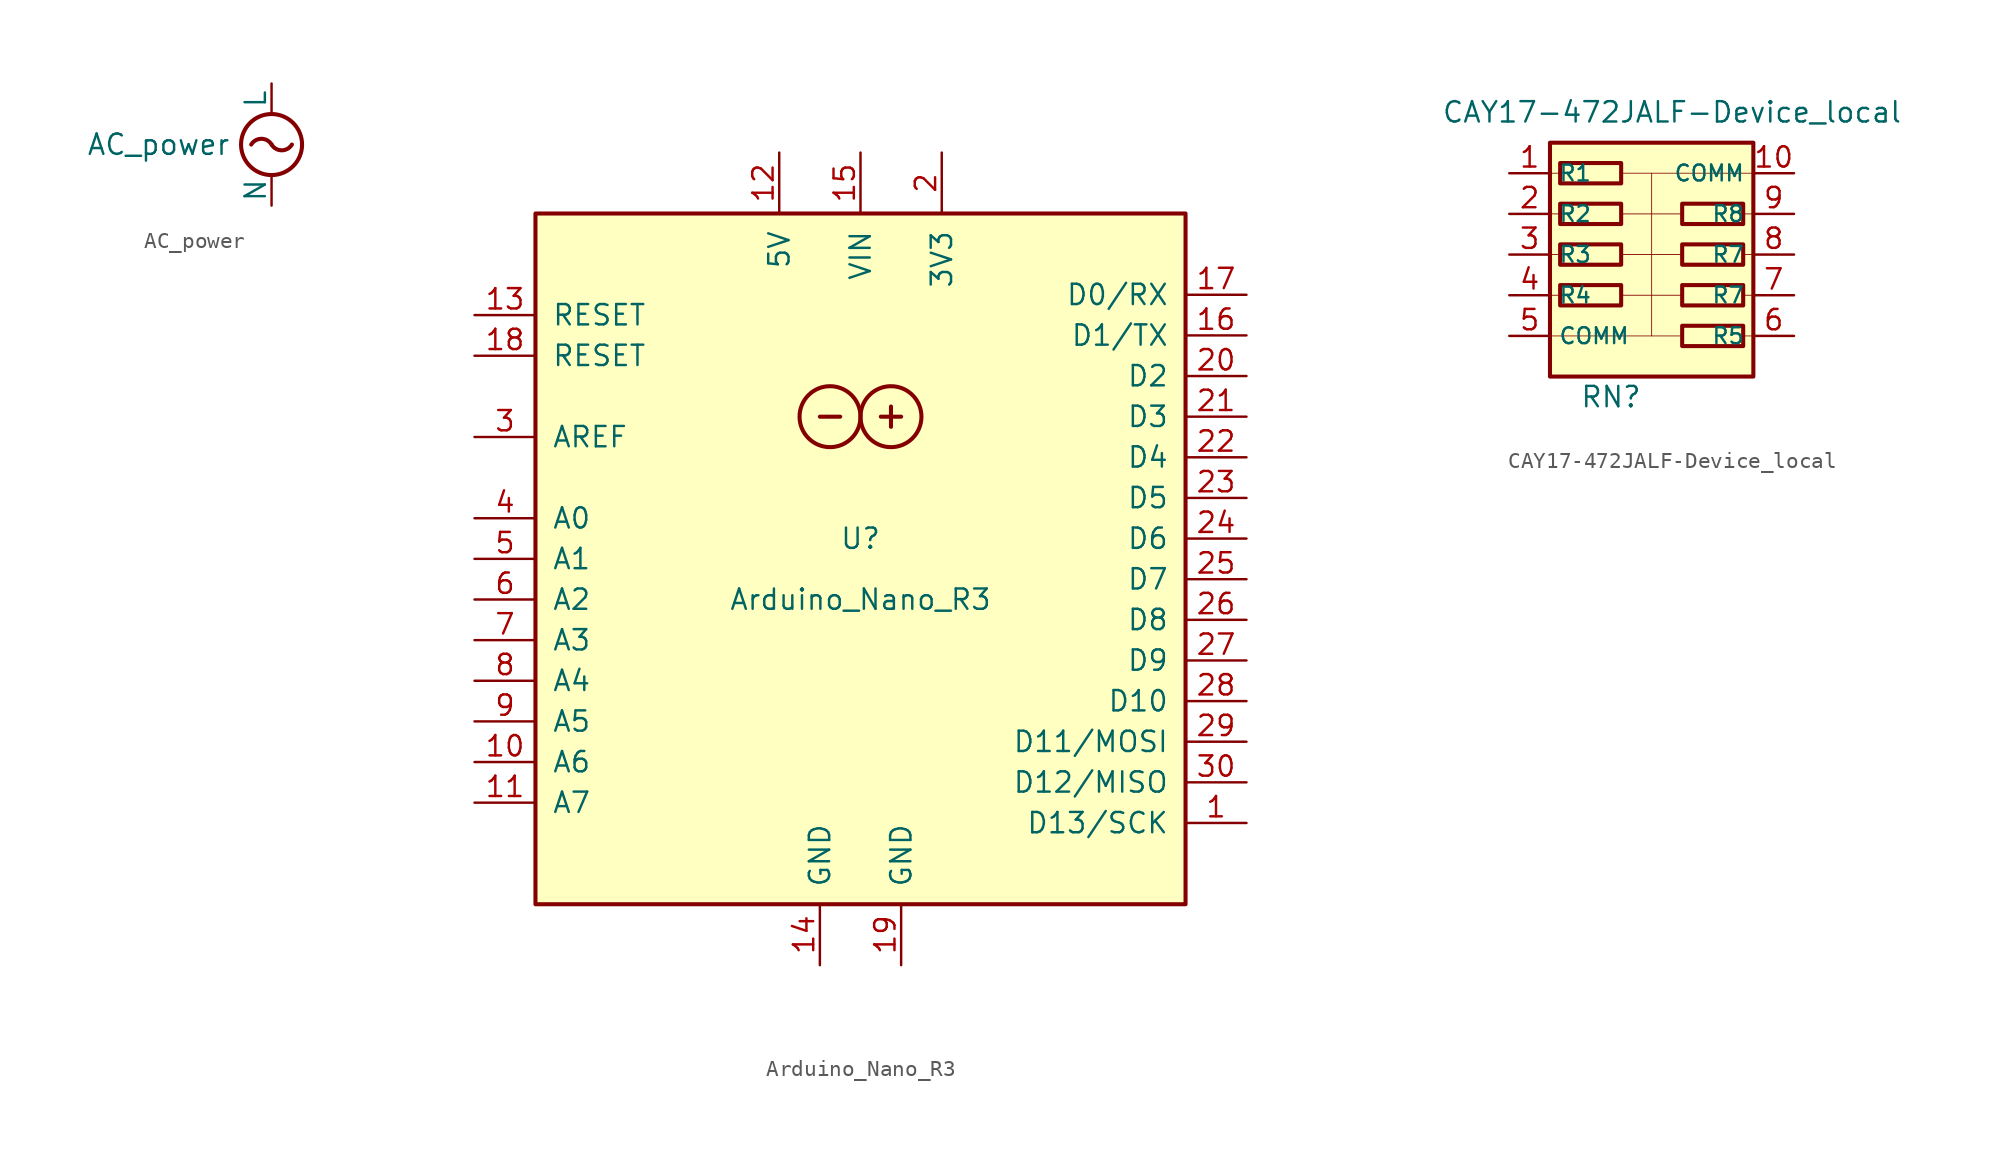
<source format=kicad_sym>
(kicad_symbol_lib
  (version 20220914)
  (generator kicad_symbol_editor)
  (symbol "AC_power"
    (pin_numbers hide)
    (pin_names
      (offset 0))
    (property "Reference" "#PWR"
      (at 2.54 0 0)
      (effects (font (size 1.27 1.27)) (justify left) hide))
    (property "Value" "AC_power"
      (at -2.54 0 0)
      (effects (font (size 1.27 1.27)) (justify right)))
    (symbol "AC_power_0_1"
      (arc (start 0 0) (mid -0.635 0.3595) (end -1.27 0) (stroke (width 0.254) (type default)) (fill (type none)))
      (arc (start 0 0) (mid 0.635 -0.3595) (end 1.27 0) (stroke (width 0.254) (type default)) (fill (type none)))
      (circle (center 0 0) (radius 1.905) (stroke (width 0.254) (type default)) (fill (type none))))
    (symbol "AC_power_1_1"
      (pin power_out line (at 0 3.81 270) (length 1.905) (name "L" (effects (font (size 1.27 1.27)))) (number "1" (effects (font (size 1.27 1.27)))))
      (pin power_out line (at 0 -3.81 90) (length 1.905) (name "N" (effects (font (size 1.27 1.27)))) (number "2" (effects (font (size 1.27 1.27)))))))
  (symbol "Arduino_Nano_R3"
    (pin_names
      (offset 1.016))
    (property "Reference" "U"
      (at 0 1.27 0)
      (effects (font (size 1.27 1.27))))
    (property "Value" "Arduino_Nano_R3"
      (at 0 -2.54 0)
      (effects (font (size 1.27 1.27))))
    (symbol "Arduino_Nano_R3_0_1"
      (circle (center -1.905 8.89) (radius 1.905) (stroke (width 0.254) (type default)) (fill (type none)))
      (polyline (pts (xy -2.54 8.89) (xy -1.27 8.89)) (stroke (width 0.254) (type default)) (fill (type none)))
      (polyline (pts (xy 1.27 8.89) (xy 2.54 8.89)) (stroke (width 0.254) (type default)) (fill (type none)))
      (polyline (pts (xy 1.905 9.525) (xy 1.905 8.255)) (stroke (width 0.254) (type default)) (fill (type none)))
      (circle (center 1.905 8.89) (radius 1.905) (stroke (width 0.254) (type default)) (fill (type none)))
      (rectangle (start 20.32 -21.59) (end -20.32 21.59) (stroke (width 0.254) (type default)) (fill (type background))))
    (symbol "Arduino_Nano_R3_1_1"
      (pin bidirectional line (at 24.13 -16.51 180) (length 3.81) (name "D13/SCK" (effects (font (size 1.27 1.27)))) (number "1" (effects (font (size 1.27 1.27)))))
      (pin input line (at -24.13 -12.7 0) (length 3.81) (name "A6" (effects (font (size 1.27 1.27)))) (number "10" (effects (font (size 1.27 1.27)))))
      (pin input line (at -24.13 -15.24 0) (length 3.81) (name "A7" (effects (font (size 1.27 1.27)))) (number "11" (effects (font (size 1.27 1.27)))))
      (pin power_out line (at -5.08 25.4 270) (length 3.81) (name "5V" (effects (font (size 1.27 1.27)))) (number "12" (effects (font (size 1.27 1.27)))))
      (pin input line (at -24.13 15.24 0) (length 3.81) (name "RESET" (effects (font (size 1.27 1.27)))) (number "13" (effects (font (size 1.27 1.27)))))
      (pin power_in line (at -2.54 -25.4 90) (length 3.81) (name "GND" (effects (font (size 1.27 1.27)))) (number "14" (effects (font (size 1.27 1.27)))))
      (pin power_in line (at 0 25.4 270) (length 3.81) (name "VIN" (effects (font (size 1.27 1.27)))) (number "15" (effects (font (size 1.27 1.27)))))
      (pin bidirectional line (at 24.13 13.97 180) (length 3.81) (name "D1/TX" (effects (font (size 1.27 1.27)))) (number "16" (effects (font (size 1.27 1.27)))))
      (pin bidirectional line (at 24.13 16.51 180) (length 3.81) (name "D0/RX" (effects (font (size 1.27 1.27)))) (number "17" (effects (font (size 1.27 1.27)))))
      (pin input line (at -24.13 12.7 0) (length 3.81) (name "RESET" (effects (font (size 1.27 1.27)))) (number "18" (effects (font (size 1.27 1.27)))))
      (pin power_in line (at 2.54 -25.4 90) (length 3.81) (name "GND" (effects (font (size 1.27 1.27)))) (number "19" (effects (font (size 1.27 1.27)))))
      (pin power_out line (at 5.08 25.4 270) (length 3.81) (name "3V3" (effects (font (size 1.27 1.27)))) (number "2" (effects (font (size 1.27 1.27)))))
      (pin bidirectional line (at 24.13 11.43 180) (length 3.81) (name "D2" (effects (font (size 1.27 1.27)))) (number "20" (effects (font (size 1.27 1.27)))))
      (pin bidirectional line (at 24.13 8.89 180) (length 3.81) (name "D3" (effects (font (size 1.27 1.27)))) (number "21" (effects (font (size 1.27 1.27)))))
      (pin bidirectional line (at 24.13 6.35 180) (length 3.81) (name "D4" (effects (font (size 1.27 1.27)))) (number "22" (effects (font (size 1.27 1.27)))))
      (pin bidirectional line (at 24.13 3.81 180) (length 3.81) (name "D5" (effects (font (size 1.27 1.27)))) (number "23" (effects (font (size 1.27 1.27)))))
      (pin bidirectional line (at 24.13 1.27 180) (length 3.81) (name "D6" (effects (font (size 1.27 1.27)))) (number "24" (effects (font (size 1.27 1.27)))))
      (pin bidirectional line (at 24.13 -1.27 180) (length 3.81) (name "D7" (effects (font (size 1.27 1.27)))) (number "25" (effects (font (size 1.27 1.27)))))
      (pin bidirectional line (at 24.13 -3.81 180) (length 3.81) (name "D8" (effects (font (size 1.27 1.27)))) (number "26" (effects (font (size 1.27 1.27)))))
      (pin bidirectional line (at 24.13 -6.35 180) (length 3.81) (name "D9" (effects (font (size 1.27 1.27)))) (number "27" (effects (font (size 1.27 1.27)))))
      (pin bidirectional line (at 24.13 -8.89 180) (length 3.81) (name "D10" (effects (font (size 1.27 1.27)))) (number "28" (effects (font (size 1.27 1.27)))))
      (pin bidirectional line (at 24.13 -11.43 180) (length 3.81) (name "D11/MOSI" (effects (font (size 1.27 1.27)))) (number "29" (effects (font (size 1.27 1.27)))))
      (pin input line (at -24.13 7.62 0) (length 3.81) (name "AREF" (effects (font (size 1.27 1.27)))) (number "3" (effects (font (size 1.27 1.27)))))
      (pin bidirectional line (at 24.13 -13.97 180) (length 3.81) (name "D12/MISO" (effects (font (size 1.27 1.27)))) (number "30" (effects (font (size 1.27 1.27)))))
      (pin input line (at -24.13 2.54 0) (length 3.81) (name "A0" (effects (font (size 1.27 1.27)))) (number "4" (effects (font (size 1.27 1.27)))))
      (pin input line (at -24.13 0 0) (length 3.81) (name "A1" (effects (font (size 1.27 1.27)))) (number "5" (effects (font (size 1.27 1.27)))))
      (pin input line (at -24.13 -2.54 0) (length 3.81) (name "A2" (effects (font (size 1.27 1.27)))) (number "6" (effects (font (size 1.27 1.27)))))
      (pin input line (at -24.13 -5.08 0) (length 3.81) (name "A3" (effects (font (size 1.27 1.27)))) (number "7" (effects (font (size 1.27 1.27)))))
      (pin input line (at -24.13 -7.62 0) (length 3.81) (name "A4" (effects (font (size 1.27 1.27)))) (number "8" (effects (font (size 1.27 1.27)))))
      (pin input line (at -24.13 -10.16 0) (length 3.81) (name "A5" (effects (font (size 1.27 1.27)))) (number "9" (effects (font (size 1.27 1.27)))))))
  (symbol "CAY17-472JALF-Device_local"
    (property "Reference" "RN"
      (at -2.54 -7.62 0)
      (effects (font (size 1.27 1.27))))
    (property "Value" "CAY17-472JALF-Device_local"
      (at 1.27 10.16 0)
      (effects (font (size 1.27 1.27))))
    (symbol "CAY17-472JALF-Device_local_0_1"
      (rectangle (start -5.715 -0.635) (end -1.905 -1.905) (stroke (width 0.254) (type default)) (fill (type none)))
      (rectangle (start -5.715 1.905) (end -1.905 0.635) (stroke (width 0.254) (type default)) (fill (type none)))
      (rectangle (start -5.715 4.445) (end -1.905 3.175) (stroke (width 0.254) (type default)) (fill (type none)))
      (rectangle (start -5.715 6.985) (end -1.905 5.715) (stroke (width 0.254) (type default)) (fill (type none)))
      (polyline (pts (xy -5.715 -1.27) (xy -6.35 -1.27)) (stroke (width 0.051) (type default)) (fill (type none)))
      (polyline (pts (xy -5.715 1.27) (xy -6.35 1.27)) (stroke (width 0.051) (type default)) (fill (type none)))
      (polyline (pts (xy -5.715 3.81) (xy -6.35 3.81)) (stroke (width 0.051) (type default)) (fill (type none)))
      (polyline (pts (xy -5.715 6.35) (xy -6.35 6.35)) (stroke (width 0.051) (type default)) (fill (type none)))
      (polyline (pts (xy -1.905 -1.27) (xy 1.905 -1.27)) (stroke (width 0.051) (type default)) (fill (type none)))
      (polyline (pts (xy -1.905 1.27) (xy 1.905 1.27)) (stroke (width 0.051) (type default)) (fill (type none)))
      (polyline (pts (xy -1.905 3.81) (xy 1.905 3.81)) (stroke (width 0.051) (type default)) (fill (type none)))
      (polyline (pts (xy 0 6.35) (xy -1.905 6.35)) (stroke (width 0.051) (type default)) (fill (type none)))
      (polyline (pts (xy 1.905 -3.81) (xy 0 -3.81)) (stroke (width 0.051) (type default)) (fill (type none)))
      (polyline (pts (xy 5.715 -3.81) (xy 6.35 -3.81)) (stroke (width 0.051) (type default)) (fill (type none)))
      (polyline (pts (xy 5.715 -1.27) (xy 6.35 -1.27)) (stroke (width 0.051) (type default)) (fill (type none)))
      (polyline (pts (xy 5.715 1.27) (xy 6.35 1.27)) (stroke (width 0.051) (type default)) (fill (type none)))
      (polyline (pts (xy 5.715 3.81) (xy 6.35 3.81)) (stroke (width 0.051) (type default)) (fill (type none)))
      (polyline (pts (xy 6.35 6.35) (xy 0 6.35) (xy 0 -3.81) (xy -6.35 -3.81)) (stroke (width 0.051) (type default)) (fill (type none)))
      (rectangle (start 6.35 -6.35) (end -6.35 8.255) (stroke (width 0.254) (type default)) (fill (type background))))
    (symbol "CAY17-472JALF-Device_local_1_1"
      (rectangle (start 1.905 -3.175) (end 5.715 -4.445) (stroke (width 0.254) (type default)) (fill (type none)))
      (rectangle (start 1.905 -0.635) (end 5.715 -1.905) (stroke (width 0.254) (type default)) (fill (type none)))
      (rectangle (start 1.905 1.905) (end 5.715 0.635) (stroke (width 0.254) (type default)) (fill (type none)))
      (rectangle (start 1.905 4.445) (end 5.715 3.175) (stroke (width 0.254) (type default)) (fill (type none)))
      (pin passive line (at -8.89 6.35 0) (length 2.54) (name "R1" (effects (font (size 0.991 0.991)))) (number "1" (effects (font (size 1.27 1.27)))))
      (pin passive line (at 8.89 6.35 180) (length 2.54) (name "COMM" (effects (font (size 0.991 0.991)))) (number "10" (effects (font (size 1.27 1.27)))))
      (pin passive line (at -8.89 3.81 0) (length 2.54) (name "R2" (effects (font (size 0.991 0.991)))) (number "2" (effects (font (size 1.27 1.27)))))
      (pin passive line (at -8.89 1.27 0) (length 2.54) (name "R3" (effects (font (size 0.991 0.991)))) (number "3" (effects (font (size 1.27 1.27)))))
      (pin passive line (at -8.89 -1.27 0) (length 2.54) (name "R4" (effects (font (size 0.991 0.991)))) (number "4" (effects (font (size 1.27 1.27)))))
      (pin passive line (at -8.89 -3.81 0) (length 2.54) (name "COMM" (effects (font (size 0.991 0.991)))) (number "5" (effects (font (size 1.27 1.27)))))
      (pin passive line (at 8.89 -3.81 180) (length 2.54) (name "R5" (effects (font (size 0.991 0.991)))) (number "6" (effects (font (size 1.27 1.27)))))
      (pin passive line (at 8.89 -1.27 180) (length 2.54) (name "R7" (effects (font (size 0.991 0.991)))) (number "7" (effects (font (size 1.27 1.27)))))
      (pin passive line (at 8.89 1.27 180) (length 2.54) (name "R7" (effects (font (size 0.991 0.991)))) (number "8" (effects (font (size 1.27 1.27)))))
      (pin passive line (at 8.89 3.81 180) (length 2.54) (name "R8" (effects (font (size 0.991 0.991)))) (number "9" (effects (font (size 1.27 1.27))))))))
</source>
